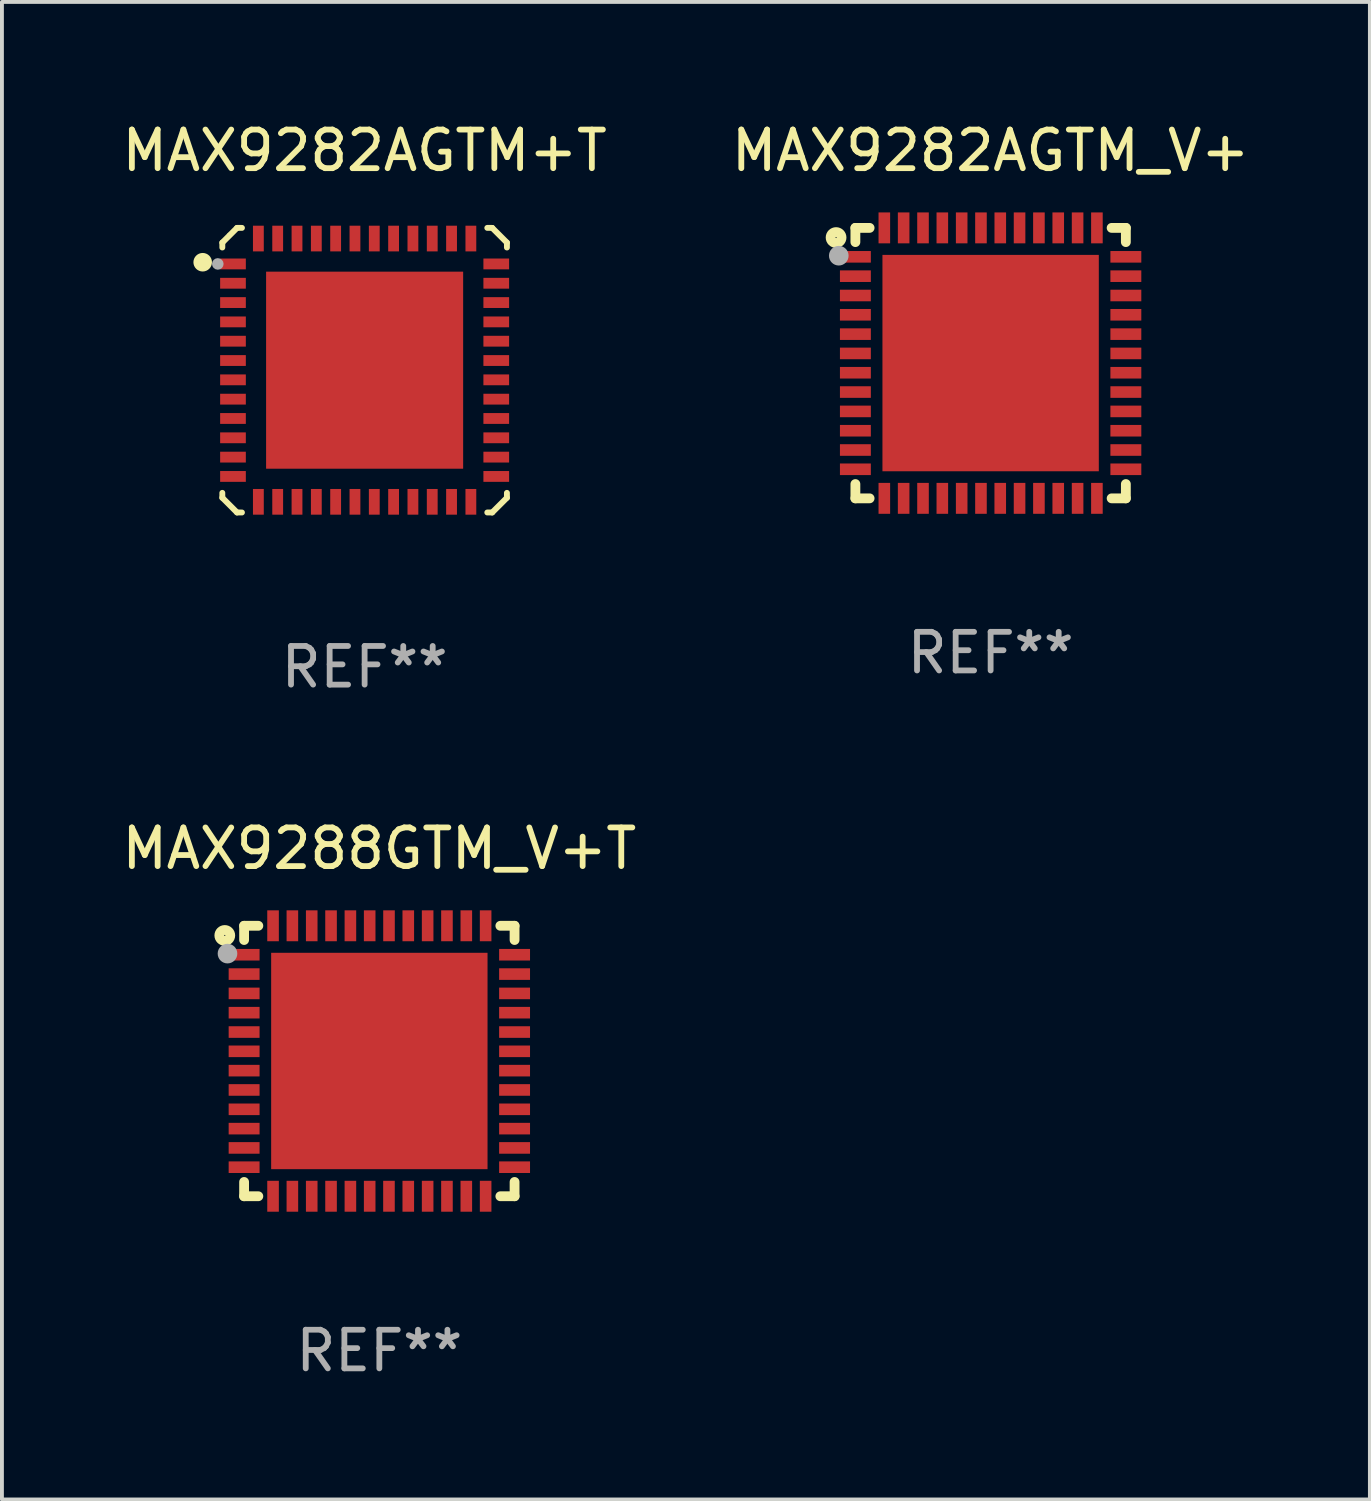
<source format=kicad_pcb>
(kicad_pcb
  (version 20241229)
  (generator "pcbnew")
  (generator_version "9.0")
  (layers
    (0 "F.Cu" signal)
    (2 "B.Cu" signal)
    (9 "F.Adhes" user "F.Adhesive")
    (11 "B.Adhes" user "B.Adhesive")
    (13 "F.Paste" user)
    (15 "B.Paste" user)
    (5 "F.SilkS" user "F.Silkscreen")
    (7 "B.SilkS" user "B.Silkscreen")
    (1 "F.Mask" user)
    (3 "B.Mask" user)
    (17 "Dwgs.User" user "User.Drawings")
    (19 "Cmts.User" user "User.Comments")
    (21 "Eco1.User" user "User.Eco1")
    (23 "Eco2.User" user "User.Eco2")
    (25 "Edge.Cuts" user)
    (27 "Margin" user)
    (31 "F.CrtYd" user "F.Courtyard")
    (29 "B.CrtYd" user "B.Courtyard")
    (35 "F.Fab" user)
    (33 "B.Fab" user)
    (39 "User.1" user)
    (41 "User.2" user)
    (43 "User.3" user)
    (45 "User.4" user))
  (footprint "MAX9282AGTM_V+"
    (layer "F.Cu")
    (at 22.589 6.348)
    (property "Reference" "MAX9282AGTM_V+" (at 0 -5.5 0) (layer "F.SilkS") (effects (font (size 1 1) (thickness 0.15))))
    (attr through_hole)
    (fp_line (start -3.5 -3.5) (end -3.132 -3.5) (stroke (width 0.254) (type solid)) (layer "F.SilkS"))
    (fp_line (start -3.5 -3.132) (end -3.5 -3.5) (stroke (width 0.254) (type solid)) (layer "F.SilkS"))
    (fp_line (start -3.5 3.5) (end -3.5 3.13) (stroke (width 0.254) (type solid)) (layer "F.SilkS"))
    (fp_line (start -3.132 3.5) (end -3.5 3.5) (stroke (width 0.254) (type solid)) (layer "F.SilkS"))
    (fp_line (start 3.132 -3.5) (end 3.5 -3.5) (stroke (width 0.254) (type solid)) (layer "F.SilkS"))
    (fp_line (start 3.5 -3.5) (end 3.5 -3.132) (stroke (width 0.254) (type solid)) (layer "F.SilkS"))
    (fp_line (start 3.5 3.13) (end 3.5 3.5) (stroke (width 0.254) (type solid)) (layer "F.SilkS"))
    (fp_line (start 3.5 3.5) (end 3.132 3.5) (stroke (width 0.254) (type solid)) (layer "F.SilkS"))
    (fp_circle (center -4 -3.25) (end -3.859 -3.25) (stroke (width 0.254) (type solid)) (fill no) (layer "F.SilkS"))
    (fp_circle (center -3.5 -3.501) (end -3.47 -3.501) (stroke (width 0.06) (type solid)) (fill no) (layer "F.SilkS"))
    (fp_circle (center -3.93 -2.78) (end -3.803 -2.78) (stroke (width 0.254) (type solid)) (fill no) (layer "F.Fab"))
    (fp_text user "REF**" (at 0 7.5 0) (layer "F.Fab") (effects (font (size 1 1) (thickness 0.15))))
    (pad "1" smd rect (at -3.5 -2.751 270) (size 0.3 0.8) (layers "F.Cu" "F.Mask" "F.Paste"))
    (pad "2" smd rect (at -3.5 -2.25 270) (size 0.3 0.8) (layers "F.Cu" "F.Mask" "F.Paste"))
    (pad "3" smd rect (at -3.5 -1.75 270) (size 0.3 0.8) (layers "F.Cu" "F.Mask" "F.Paste"))
    (pad "4" smd rect (at -3.5 -1.251 270) (size 0.3 0.8) (layers "F.Cu" "F.Mask" "F.Paste"))
    (pad "5" smd rect (at -3.5 -0.75 270) (size 0.3 0.8) (layers "F.Cu" "F.Mask" "F.Paste"))
    (pad "6" smd rect (at -3.5 -0.251 270) (size 0.3 0.8) (layers "F.Cu" "F.Mask" "F.Paste"))
    (pad "7" smd rect (at -3.5 0.249 270) (size 0.3 0.8) (layers "F.Cu" "F.Mask" "F.Paste"))
    (pad "8" smd rect (at -3.5 0.749 270) (size 0.3 0.8) (layers "F.Cu" "F.Mask" "F.Paste"))
    (pad "9" smd rect (at -3.5 1.25 270) (size 0.3 0.8) (layers "F.Cu" "F.Mask" "F.Paste"))
    (pad "10" smd rect (at -3.5 1.75 270) (size 0.3 0.8) (layers "F.Cu" "F.Mask" "F.Paste"))
    (pad "11" smd rect (at -3.5 2.249 270) (size 0.3 0.8) (layers "F.Cu" "F.Mask" "F.Paste"))
    (pad "12" smd rect (at -3.5 2.748 270) (size 0.3 0.8) (layers "F.Cu" "F.Mask" "F.Paste"))
    (pad "13" smd rect (at -2.751 3.5 180) (size 0.3 0.8) (layers "F.Cu" "F.Mask" "F.Paste"))
    (pad "14" smd rect (at -2.251 3.5 180) (size 0.3 0.8) (layers "F.Cu" "F.Mask" "F.Paste"))
    (pad "15" smd rect (at -1.75 3.5 180) (size 0.3 0.8) (layers "F.Cu" "F.Mask" "F.Paste"))
    (pad "16" smd rect (at -1.25 3.5 180) (size 0.3 0.8) (layers "F.Cu" "F.Mask" "F.Paste"))
    (pad "17" smd rect (at -0.749 3.5 180) (size 0.3 0.8) (layers "F.Cu" "F.Mask" "F.Paste"))
    (pad "18" smd rect (at -0.25 3.5 180) (size 0.3 0.8) (layers "F.Cu" "F.Mask" "F.Paste"))
    (pad "19" smd rect (at 0.249 3.5 180) (size 0.3 0.8) (layers "F.Cu" "F.Mask" "F.Paste"))
    (pad "20" smd rect (at 0.749 3.5 180) (size 0.3 0.8) (layers "F.Cu" "F.Mask" "F.Paste"))
    (pad "21" smd rect (at 1.25 3.5 180) (size 0.3 0.8) (layers "F.Cu" "F.Mask" "F.Paste"))
    (pad "22" smd rect (at 1.75 3.5 180) (size 0.3 0.8) (layers "F.Cu" "F.Mask" "F.Paste"))
    (pad "23" smd rect (at 2.251 3.5 180) (size 0.3 0.8) (layers "F.Cu" "F.Mask" "F.Paste"))
    (pad "24" smd rect (at 2.751 3.5 180) (size 0.3 0.8) (layers "F.Cu" "F.Mask" "F.Paste"))
    (pad "25" smd rect (at 3.5 2.748 270) (size 0.3 0.8) (layers "F.Cu" "F.Mask" "F.Paste"))
    (pad "26" smd rect (at 3.5 2.249 270) (size 0.3 0.8) (layers "F.Cu" "F.Mask" "F.Paste"))
    (pad "27" smd rect (at 3.5 1.75 270) (size 0.3 0.8) (layers "F.Cu" "F.Mask" "F.Paste"))
    (pad "28" smd rect (at 3.5 1.25 270) (size 0.3 0.8) (layers "F.Cu" "F.Mask" "F.Paste"))
    (pad "29" smd rect (at 3.5 0.749 270) (size 0.3 0.8) (layers "F.Cu" "F.Mask" "F.Paste"))
    (pad "30" smd rect (at 3.5 0.249 270) (size 0.3 0.8) (layers "F.Cu" "F.Mask" "F.Paste"))
    (pad "31" smd rect (at 3.5 -0.251 270) (size 0.3 0.8) (layers "F.Cu" "F.Mask" "F.Paste"))
    (pad "32" smd rect (at 3.5 -0.75 270) (size 0.3 0.8) (layers "F.Cu" "F.Mask" "F.Paste"))
    (pad "33" smd rect (at 3.5 -1.251 270) (size 0.3 0.8) (layers "F.Cu" "F.Mask" "F.Paste"))
    (pad "34" smd rect (at 3.5 -1.75 270) (size 0.3 0.8) (layers "F.Cu" "F.Mask" "F.Paste"))
    (pad "35" smd rect (at 3.5 -2.25 270) (size 0.3 0.8) (layers "F.Cu" "F.Mask" "F.Paste"))
    (pad "36" smd rect (at 3.5 -2.751 270) (size 0.3 0.8) (layers "F.Cu" "F.Mask" "F.Paste"))
    (pad "37" smd rect (at 2.751 -3.5 180) (size 0.3 0.8) (layers "F.Cu" "F.Mask" "F.Paste"))
    (pad "38" smd rect (at 2.251 -3.5 180) (size 0.3 0.8) (layers "F.Cu" "F.Mask" "F.Paste"))
    (pad "39" smd rect (at 1.75 -3.5 180) (size 0.3 0.8) (layers "F.Cu" "F.Mask" "F.Paste"))
    (pad "40" smd rect (at 1.25 -3.5 180) (size 0.3 0.8) (layers "F.Cu" "F.Mask" "F.Paste"))
    (pad "41" smd rect (at 0.749 -3.5 180) (size 0.3 0.8) (layers "F.Cu" "F.Mask" "F.Paste"))
    (pad "42" smd rect (at 0.25 -3.5 180) (size 0.3 0.8) (layers "F.Cu" "F.Mask" "F.Paste"))
    (pad "43" smd rect (at -0.25 -3.5 180) (size 0.3 0.8) (layers "F.Cu" "F.Mask" "F.Paste"))
    (pad "44" smd rect (at -0.749 -3.5 180) (size 0.3 0.8) (layers "F.Cu" "F.Mask" "F.Paste"))
    (pad "45" smd rect (at -1.25 -3.5 180) (size 0.3 0.8) (layers "F.Cu" "F.Mask" "F.Paste"))
    (pad "46" smd rect (at -1.75 -3.5 180) (size 0.3 0.8) (layers "F.Cu" "F.Mask" "F.Paste"))
    (pad "47" smd rect (at -2.251 -3.5 180) (size 0.3 0.8) (layers "F.Cu" "F.Mask" "F.Paste"))
    (pad "48" smd rect (at -2.751 -3.5 180) (size 0.3 0.8) (layers "F.Cu" "F.Mask" "F.Paste"))
    (pad "49" smd rect (at 0.000127 -0.001 180) (size 5.6 5.6) (layers "F.Cu" "F.Mask" "F.Paste")))
  (footprint "MAX9282AGTM+T"
    (layer "F.Cu")
    (at 6.387 6.531)
    (property "Reference" "MAX9282AGTM+T" (at 0 -5.683 0) (layer "F.SilkS") (effects (font (size 1 1) (thickness 0.15))))
    (attr through_hole)
    (fp_line (start -3.683 -3.302) (end -3.302 -3.683) (stroke (width 0.152) (type solid)) (layer "F.SilkS"))
    (fp_line (start -3.683 -3.175) (end -3.683 -3.302) (stroke (width 0.152) (type solid)) (layer "F.SilkS"))
    (fp_line (start -3.683 3.302) (end -3.683 3.175) (stroke (width 0.152) (type solid)) (layer "F.SilkS"))
    (fp_line (start -3.302 -3.683) (end -3.175 -3.683) (stroke (width 0.152) (type solid)) (layer "F.SilkS"))
    (fp_line (start -3.302 3.683) (end -3.683 3.302) (stroke (width 0.152) (type solid)) (layer "F.SilkS"))
    (fp_line (start -3.175 3.683) (end -3.302 3.683) (stroke (width 0.152) (type solid)) (layer "F.SilkS"))
    (fp_line (start 3.175 -3.683) (end 3.302 -3.683) (stroke (width 0.152) (type solid)) (layer "F.SilkS"))
    (fp_line (start 3.302 -3.683) (end 3.683 -3.302) (stroke (width 0.152) (type solid)) (layer "F.SilkS"))
    (fp_line (start 3.302 3.683) (end 3.175 3.683) (stroke (width 0.152) (type solid)) (layer "F.SilkS"))
    (fp_line (start 3.683 -3.302) (end 3.683 -3.175) (stroke (width 0.152) (type solid)) (layer "F.SilkS"))
    (fp_line (start 3.683 3.175) (end 3.683 3.302) (stroke (width 0.152) (type solid)) (layer "F.SilkS"))
    (fp_line (start 3.683 3.302) (end 3.302 3.683) (stroke (width 0.152) (type solid)) (layer "F.SilkS"))
    (fp_circle (center -4.191 -2.794) (end -4.071 -2.794) (stroke (width 0.24) (type solid)) (fill no) (layer "F.SilkS"))
    (fp_circle (center -3.5 -3.5) (end -3.47 -3.5) (stroke (width 0.06) (type solid)) (fill no) (layer "F.SilkS"))
    (fp_circle (center -3.8 -2.75) (end -3.725 -2.75) (stroke (width 0.15) (type solid)) (fill no) (layer "F.Fab"))
    (fp_text user "REF**" (at 0 7.683 0) (layer "F.Fab") (effects (font (size 1 1) (thickness 0.15))))
    (pad "1" smd rect (at -3.407 -2.75) (size 0.665 0.28) (layers "F.Cu" "F.Mask" "F.Paste"))
    (pad "2" smd rect (at -3.407 -2.25) (size 0.665 0.28) (layers "F.Cu" "F.Mask" "F.Paste"))
    (pad "3" smd rect (at -3.407 -1.75) (size 0.665 0.28) (layers "F.Cu" "F.Mask" "F.Paste"))
    (pad "4" smd rect (at -3.407 -1.25) (size 0.665 0.28) (layers "F.Cu" "F.Mask" "F.Paste"))
    (pad "5" smd rect (at -3.407 -0.75) (size 0.665 0.28) (layers "F.Cu" "F.Mask" "F.Paste"))
    (pad "6" smd rect (at -3.407 -0.25) (size 0.665 0.28) (layers "F.Cu" "F.Mask" "F.Paste"))
    (pad "7" smd rect (at -3.407 0.25) (size 0.665 0.28) (layers "F.Cu" "F.Mask" "F.Paste"))
    (pad "8" smd rect (at -3.407 0.75) (size 0.665 0.28) (layers "F.Cu" "F.Mask" "F.Paste"))
    (pad "9" smd rect (at -3.407 1.25) (size 0.665 0.28) (layers "F.Cu" "F.Mask" "F.Paste"))
    (pad "10" smd rect (at -3.407 1.75) (size 0.665 0.28) (layers "F.Cu" "F.Mask" "F.Paste"))
    (pad "11" smd rect (at -3.407 2.25) (size 0.665 0.28) (layers "F.Cu" "F.Mask" "F.Paste"))
    (pad "12" smd rect (at -3.407 2.75) (size 0.665 0.28) (layers "F.Cu" "F.Mask" "F.Paste"))
    (pad "13" smd rect (at -2.75 3.407) (size 0.28 0.665) (layers "F.Cu" "F.Mask" "F.Paste"))
    (pad "14" smd rect (at -2.25 3.407) (size 0.28 0.665) (layers "F.Cu" "F.Mask" "F.Paste"))
    (pad "15" smd rect (at -1.75 3.407) (size 0.28 0.665) (layers "F.Cu" "F.Mask" "F.Paste"))
    (pad "16" smd rect (at -1.25 3.407) (size 0.28 0.665) (layers "F.Cu" "F.Mask" "F.Paste"))
    (pad "17" smd rect (at -0.75 3.407) (size 0.28 0.665) (layers "F.Cu" "F.Mask" "F.Paste"))
    (pad "18" smd rect (at -0.25 3.407) (size 0.28 0.665) (layers "F.Cu" "F.Mask" "F.Paste"))
    (pad "19" smd rect (at 0.25 3.407) (size 0.28 0.665) (layers "F.Cu" "F.Mask" "F.Paste"))
    (pad "20" smd rect (at 0.75 3.407) (size 0.28 0.665) (layers "F.Cu" "F.Mask" "F.Paste"))
    (pad "21" smd rect (at 1.25 3.407) (size 0.28 0.665) (layers "F.Cu" "F.Mask" "F.Paste"))
    (pad "22" smd rect (at 1.75 3.407) (size 0.28 0.665) (layers "F.Cu" "F.Mask" "F.Paste"))
    (pad "23" smd rect (at 2.25 3.407) (size 0.28 0.665) (layers "F.Cu" "F.Mask" "F.Paste"))
    (pad "24" smd rect (at 2.75 3.407) (size 0.28 0.665) (layers "F.Cu" "F.Mask" "F.Paste"))
    (pad "25" smd rect (at 3.407 2.75) (size 0.665 0.28) (layers "F.Cu" "F.Mask" "F.Paste"))
    (pad "26" smd rect (at 3.407 2.25) (size 0.665 0.28) (layers "F.Cu" "F.Mask" "F.Paste"))
    (pad "27" smd rect (at 3.407 1.75) (size 0.665 0.28) (layers "F.Cu" "F.Mask" "F.Paste"))
    (pad "28" smd rect (at 3.407 1.25) (size 0.665 0.28) (layers "F.Cu" "F.Mask" "F.Paste"))
    (pad "29" smd rect (at 3.407 0.75) (size 0.665 0.28) (layers "F.Cu" "F.Mask" "F.Paste"))
    (pad "30" smd rect (at 3.407 0.25) (size 0.665 0.28) (layers "F.Cu" "F.Mask" "F.Paste"))
    (pad "31" smd rect (at 3.407 -0.25) (size 0.665 0.28) (layers "F.Cu" "F.Mask" "F.Paste"))
    (pad "32" smd rect (at 3.407 -0.75) (size 0.665 0.28) (layers "F.Cu" "F.Mask" "F.Paste"))
    (pad "33" smd rect (at 3.407 -1.25) (size 0.665 0.28) (layers "F.Cu" "F.Mask" "F.Paste"))
    (pad "34" smd rect (at 3.407 -1.75) (size 0.665 0.28) (layers "F.Cu" "F.Mask" "F.Paste"))
    (pad "35" smd rect (at 3.407 -2.25) (size 0.665 0.28) (layers "F.Cu" "F.Mask" "F.Paste"))
    (pad "36" smd rect (at 3.407 -2.75) (size 0.665 0.28) (layers "F.Cu" "F.Mask" "F.Paste"))
    (pad "37" smd rect (at 2.75 -3.407) (size 0.28 0.665) (layers "F.Cu" "F.Mask" "F.Paste"))
    (pad "38" smd rect (at 2.25 -3.407) (size 0.28 0.665) (layers "F.Cu" "F.Mask" "F.Paste"))
    (pad "39" smd rect (at 1.75 -3.407) (size 0.28 0.665) (layers "F.Cu" "F.Mask" "F.Paste"))
    (pad "40" smd rect (at 1.25 -3.407) (size 0.28 0.665) (layers "F.Cu" "F.Mask" "F.Paste"))
    (pad "41" smd rect (at 0.75 -3.407) (size 0.28 0.665) (layers "F.Cu" "F.Mask" "F.Paste"))
    (pad "42" smd rect (at 0.25 -3.407) (size 0.28 0.665) (layers "F.Cu" "F.Mask" "F.Paste"))
    (pad "43" smd rect (at -0.25 -3.407) (size 0.28 0.665) (layers "F.Cu" "F.Mask" "F.Paste"))
    (pad "44" smd rect (at -0.75 -3.407) (size 0.28 0.665) (layers "F.Cu" "F.Mask" "F.Paste"))
    (pad "45" smd rect (at -1.25 -3.407) (size 0.28 0.665) (layers "F.Cu" "F.Mask" "F.Paste"))
    (pad "46" smd rect (at -1.75 -3.407) (size 0.28 0.665) (layers "F.Cu" "F.Mask" "F.Paste"))
    (pad "47" smd rect (at -2.25 -3.407) (size 0.28 0.665) (layers "F.Cu" "F.Mask" "F.Paste"))
    (pad "48" smd rect (at -2.75 -3.407) (size 0.28 0.665) (layers "F.Cu" "F.Mask" "F.Paste"))
    (pad "49" smd rect (at 0 0) (size 5.1 5.1) (layers "F.Cu" "F.Mask" "F.Paste")))
  (footprint "MAX9288GTM_V+T"
    (layer "F.Cu")
    (at 6.768 24.411)
    (property "Reference" "MAX9288GTM_V+T" (at 0 -5.5 0) (layer "F.SilkS") (effects (font (size 1 1) (thickness 0.15))))
    (attr through_hole)
    (fp_line (start -3.5 -3.5) (end -3.132 -3.5) (stroke (width 0.254) (type solid)) (layer "F.SilkS"))
    (fp_line (start -3.5 -3.132) (end -3.5 -3.5) (stroke (width 0.254) (type solid)) (layer "F.SilkS"))
    (fp_line (start -3.5 3.5) (end -3.5 3.13) (stroke (width 0.254) (type solid)) (layer "F.SilkS"))
    (fp_line (start -3.132 3.5) (end -3.5 3.5) (stroke (width 0.254) (type solid)) (layer "F.SilkS"))
    (fp_line (start 3.132 -3.5) (end 3.5 -3.5) (stroke (width 0.254) (type solid)) (layer "F.SilkS"))
    (fp_line (start 3.5 -3.5) (end 3.5 -3.132) (stroke (width 0.254) (type solid)) (layer "F.SilkS"))
    (fp_line (start 3.5 3.13) (end 3.5 3.5) (stroke (width 0.254) (type solid)) (layer "F.SilkS"))
    (fp_line (start 3.5 3.5) (end 3.132 3.5) (stroke (width 0.254) (type solid)) (layer "F.SilkS"))
    (fp_circle (center -4 -3.25) (end -3.859 -3.25) (stroke (width 0.254) (type solid)) (fill no) (layer "F.SilkS"))
    (fp_circle (center -3.5 -3.501) (end -3.47 -3.501) (stroke (width 0.06) (type solid)) (fill no) (layer "F.SilkS"))
    (fp_circle (center -3.93 -2.78) (end -3.803 -2.78) (stroke (width 0.254) (type solid)) (fill no) (layer "F.Fab"))
    (fp_text user "REF**" (at 0 7.5 0) (layer "F.Fab") (effects (font (size 1 1) (thickness 0.15))))
    (pad "1" smd rect (at -3.5 -2.751 270) (size 0.3 0.8) (layers "F.Cu" "F.Mask" "F.Paste"))
    (pad "2" smd rect (at -3.5 -2.25 270) (size 0.3 0.8) (layers "F.Cu" "F.Mask" "F.Paste"))
    (pad "3" smd rect (at -3.5 -1.75 270) (size 0.3 0.8) (layers "F.Cu" "F.Mask" "F.Paste"))
    (pad "4" smd rect (at -3.5 -1.251 270) (size 0.3 0.8) (layers "F.Cu" "F.Mask" "F.Paste"))
    (pad "5" smd rect (at -3.5 -0.75 270) (size 0.3 0.8) (layers "F.Cu" "F.Mask" "F.Paste"))
    (pad "6" smd rect (at -3.5 -0.251 270) (size 0.3 0.8) (layers "F.Cu" "F.Mask" "F.Paste"))
    (pad "7" smd rect (at -3.5 0.249 270) (size 0.3 0.8) (layers "F.Cu" "F.Mask" "F.Paste"))
    (pad "8" smd rect (at -3.5 0.749 270) (size 0.3 0.8) (layers "F.Cu" "F.Mask" "F.Paste"))
    (pad "9" smd rect (at -3.5 1.25 270) (size 0.3 0.8) (layers "F.Cu" "F.Mask" "F.Paste"))
    (pad "10" smd rect (at -3.5 1.75 270) (size 0.3 0.8) (layers "F.Cu" "F.Mask" "F.Paste"))
    (pad "11" smd rect (at -3.5 2.249 270) (size 0.3 0.8) (layers "F.Cu" "F.Mask" "F.Paste"))
    (pad "12" smd rect (at -3.5 2.748 270) (size 0.3 0.8) (layers "F.Cu" "F.Mask" "F.Paste"))
    (pad "13" smd rect (at -2.751 3.5 180) (size 0.3 0.8) (layers "F.Cu" "F.Mask" "F.Paste"))
    (pad "14" smd rect (at -2.251 3.5 180) (size 0.3 0.8) (layers "F.Cu" "F.Mask" "F.Paste"))
    (pad "15" smd rect (at -1.75 3.5 180) (size 0.3 0.8) (layers "F.Cu" "F.Mask" "F.Paste"))
    (pad "16" smd rect (at -1.25 3.5 180) (size 0.3 0.8) (layers "F.Cu" "F.Mask" "F.Paste"))
    (pad "17" smd rect (at -0.749 3.5 180) (size 0.3 0.8) (layers "F.Cu" "F.Mask" "F.Paste"))
    (pad "18" smd rect (at -0.25 3.5 180) (size 0.3 0.8) (layers "F.Cu" "F.Mask" "F.Paste"))
    (pad "19" smd rect (at 0.249 3.5 180) (size 0.3 0.8) (layers "F.Cu" "F.Mask" "F.Paste"))
    (pad "20" smd rect (at 0.749 3.5 180) (size 0.3 0.8) (layers "F.Cu" "F.Mask" "F.Paste"))
    (pad "21" smd rect (at 1.25 3.5 180) (size 0.3 0.8) (layers "F.Cu" "F.Mask" "F.Paste"))
    (pad "22" smd rect (at 1.75 3.5 180) (size 0.3 0.8) (layers "F.Cu" "F.Mask" "F.Paste"))
    (pad "23" smd rect (at 2.251 3.5 180) (size 0.3 0.8) (layers "F.Cu" "F.Mask" "F.Paste"))
    (pad "24" smd rect (at 2.751 3.5 180) (size 0.3 0.8) (layers "F.Cu" "F.Mask" "F.Paste"))
    (pad "25" smd rect (at 3.5 2.748 270) (size 0.3 0.8) (layers "F.Cu" "F.Mask" "F.Paste"))
    (pad "26" smd rect (at 3.5 2.249 270) (size 0.3 0.8) (layers "F.Cu" "F.Mask" "F.Paste"))
    (pad "27" smd rect (at 3.5 1.75 270) (size 0.3 0.8) (layers "F.Cu" "F.Mask" "F.Paste"))
    (pad "28" smd rect (at 3.5 1.25 270) (size 0.3 0.8) (layers "F.Cu" "F.Mask" "F.Paste"))
    (pad "29" smd rect (at 3.5 0.749 270) (size 0.3 0.8) (layers "F.Cu" "F.Mask" "F.Paste"))
    (pad "30" smd rect (at 3.5 0.249 270) (size 0.3 0.8) (layers "F.Cu" "F.Mask" "F.Paste"))
    (pad "31" smd rect (at 3.5 -0.251 270) (size 0.3 0.8) (layers "F.Cu" "F.Mask" "F.Paste"))
    (pad "32" smd rect (at 3.5 -0.75 270) (size 0.3 0.8) (layers "F.Cu" "F.Mask" "F.Paste"))
    (pad "33" smd rect (at 3.5 -1.251 270) (size 0.3 0.8) (layers "F.Cu" "F.Mask" "F.Paste"))
    (pad "34" smd rect (at 3.5 -1.75 270) (size 0.3 0.8) (layers "F.Cu" "F.Mask" "F.Paste"))
    (pad "35" smd rect (at 3.5 -2.25 270) (size 0.3 0.8) (layers "F.Cu" "F.Mask" "F.Paste"))
    (pad "36" smd rect (at 3.5 -2.751 270) (size 0.3 0.8) (layers "F.Cu" "F.Mask" "F.Paste"))
    (pad "37" smd rect (at 2.751 -3.5 180) (size 0.3 0.8) (layers "F.Cu" "F.Mask" "F.Paste"))
    (pad "38" smd rect (at 2.251 -3.5 180) (size 0.3 0.8) (layers "F.Cu" "F.Mask" "F.Paste"))
    (pad "39" smd rect (at 1.75 -3.5 180) (size 0.3 0.8) (layers "F.Cu" "F.Mask" "F.Paste"))
    (pad "40" smd rect (at 1.25 -3.5 180) (size 0.3 0.8) (layers "F.Cu" "F.Mask" "F.Paste"))
    (pad "41" smd rect (at 0.749 -3.5 180) (size 0.3 0.8) (layers "F.Cu" "F.Mask" "F.Paste"))
    (pad "42" smd rect (at 0.25 -3.5 180) (size 0.3 0.8) (layers "F.Cu" "F.Mask" "F.Paste"))
    (pad "43" smd rect (at -0.25 -3.5 180) (size 0.3 0.8) (layers "F.Cu" "F.Mask" "F.Paste"))
    (pad "44" smd rect (at -0.749 -3.5 180) (size 0.3 0.8) (layers "F.Cu" "F.Mask" "F.Paste"))
    (pad "45" smd rect (at -1.25 -3.5 180) (size 0.3 0.8) (layers "F.Cu" "F.Mask" "F.Paste"))
    (pad "46" smd rect (at -1.75 -3.5 180) (size 0.3 0.8) (layers "F.Cu" "F.Mask" "F.Paste"))
    (pad "47" smd rect (at -2.251 -3.5 180) (size 0.3 0.8) (layers "F.Cu" "F.Mask" "F.Paste"))
    (pad "48" smd rect (at -2.751 -3.5 180) (size 0.3 0.8) (layers "F.Cu" "F.Mask" "F.Paste"))
    (pad "49" smd rect (at 0.000127 -0.001 180) (size 5.6 5.6) (layers "F.Cu" "F.Mask" "F.Paste")))
  (gr_rect
    (start -3 -3)
    (end 32.405 35.759)
    (stroke (width 0.1) (type default))
    (fill no)
    (layer "Edge.Cuts")))
</source>
